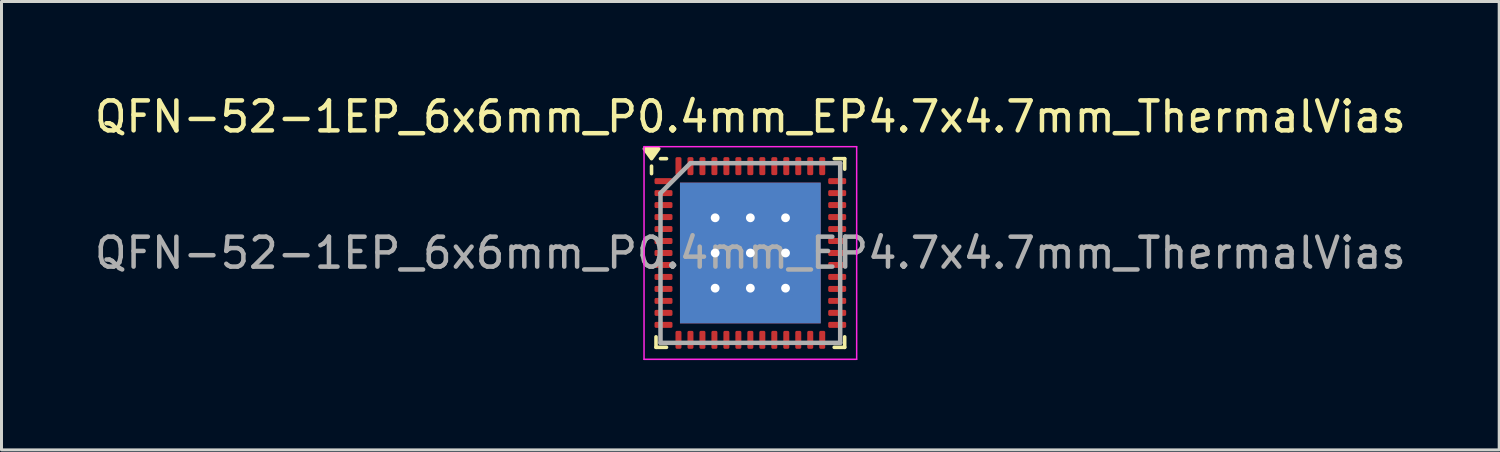
<source format=kicad_pcb>
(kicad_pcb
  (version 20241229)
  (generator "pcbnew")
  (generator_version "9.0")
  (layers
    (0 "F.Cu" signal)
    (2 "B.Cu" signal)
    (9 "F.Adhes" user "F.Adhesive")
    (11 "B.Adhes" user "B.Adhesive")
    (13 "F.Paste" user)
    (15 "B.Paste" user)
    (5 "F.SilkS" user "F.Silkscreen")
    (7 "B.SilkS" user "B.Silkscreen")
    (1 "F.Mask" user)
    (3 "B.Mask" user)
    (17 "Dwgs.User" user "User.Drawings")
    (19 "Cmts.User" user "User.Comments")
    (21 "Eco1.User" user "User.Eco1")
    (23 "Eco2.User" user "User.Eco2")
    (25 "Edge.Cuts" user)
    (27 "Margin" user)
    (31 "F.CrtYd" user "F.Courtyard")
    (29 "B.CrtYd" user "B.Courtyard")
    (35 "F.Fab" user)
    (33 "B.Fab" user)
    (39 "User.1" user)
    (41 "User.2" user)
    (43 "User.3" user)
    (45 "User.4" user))
  (footprint "QFN-52-1EP_6x6mm_P0.4mm_EP4.7x4.7mm_ThermalVias"
    (layer "F.Cu")
    (at 22.006 5.398)
    (property "Reference" "QFN-52-1EP_6x6mm_P0.4mm_EP4.7x4.7mm_ThermalVias" (at 0 -4.55 0) (layer "F.SilkS") (effects (font (size 1 1) (thickness 0.15))))
    (attr smd)
    (fp_line (start -3.3 -2.9) (end -3.3 -2.65) (stroke (width 0.12) (type default)) (layer "F.SilkS"))
    (fp_line (start -3.15 3.15) (end -3.15 2.8) (stroke (width 0.12) (type default)) (layer "F.SilkS"))
    (fp_line (start -2.8 -3.15) (end -3 -3.15) (stroke (width 0.12) (type default)) (layer "F.SilkS"))
    (fp_line (start -2.8 3.15) (end -3.15 3.15) (stroke (width 0.12) (type default)) (layer "F.SilkS"))
    (fp_line (start 2.8 -3.15) (end 3.15 -3.15) (stroke (width 0.12) (type default)) (layer "F.SilkS"))
    (fp_line (start 2.8 3.15) (end 3.15 3.15) (stroke (width 0.12) (type default)) (layer "F.SilkS"))
    (fp_line (start 3.15 -3.15) (end 3.15 -2.8) (stroke (width 0.12) (type default)) (layer "F.SilkS"))
    (fp_line (start 3.15 3.15) (end 3.15 2.8) (stroke (width 0.12) (type default)) (layer "F.SilkS"))
    (fp_poly (pts (xy -3.3 -3.15) (xy -3.54 -3.48) (xy -3.06 -3.48)) (stroke (width 0.12) (type solid)) (fill yes) (layer "F.SilkS"))
    (fp_line (start -3.55 -3.55) (end 3.55 -3.55) (stroke (width 0.05) (type default)) (layer "F.CrtYd"))
    (fp_line (start -3.55 3.55) (end -3.55 -3.55) (stroke (width 0.05) (type default)) (layer "F.CrtYd"))
    (fp_line (start 3.55 -3.55) (end 3.55 3.55) (stroke (width 0.05) (type default)) (layer "F.CrtYd"))
    (fp_line (start 3.55 3.55) (end -3.55 3.55) (stroke (width 0.05) (type default)) (layer "F.CrtYd"))
    (fp_line (start -3 -2) (end -3 3) (stroke (width 0.15) (type default)) (layer "F.Fab"))
    (fp_line (start -3 3) (end 3 3) (stroke (width 0.15) (type default)) (layer "F.Fab"))
    (fp_line (start -2 -3) (end -3 -2) (stroke (width 0.15) (type default)) (layer "F.Fab"))
    (fp_line (start 3 -3) (end -2 -3) (stroke (width 0.15) (type default)) (layer "F.Fab"))
    (fp_line (start 3 3) (end 3 -3) (stroke (width 0.15) (type default)) (layer "F.Fab"))
    (fp_text user "${REFERENCE}" (at 0 0 0) (layer "F.Fab") (effects (font (size 1 1) (thickness 0.15))))
    (pad "" smd rect (at -1.762 -1.762) (size 0.425 0.425) (layers "F.Paste"))
    (pad "" smd rect (at -1.762 -0.588) (size 0.425 0.425) (layers "F.Paste"))
    (pad "" smd rect (at -1.762 0.588) (size 0.425 0.425) (layers "F.Paste"))
    (pad "" smd rect (at -1.762 1.762) (size 0.425 0.425) (layers "F.Paste"))
    (pad "" smd rect (at -0.588 -1.762) (size 0.425 0.425) (layers "F.Paste"))
    (pad "" smd rect (at -0.588 -0.588) (size 0.425 0.425) (layers "F.Paste"))
    (pad "" smd rect (at -0.588 0.588) (size 0.425 0.425) (layers "F.Paste"))
    (pad "" smd rect (at -0.588 1.762) (size 0.425 0.425) (layers "F.Paste"))
    (pad "" smd rect (at 0.588 -1.762) (size 0.425 0.425) (layers "F.Paste"))
    (pad "" smd rect (at 0.588 -0.588) (size 0.425 0.425) (layers "F.Paste"))
    (pad "" smd rect (at 0.588 0.588) (size 0.425 0.425) (layers "F.Paste"))
    (pad "" smd rect (at 0.588 1.762) (size 0.425 0.425) (layers "F.Paste"))
    (pad "" smd rect (at 1.762 -1.762) (size 0.425 0.425) (layers "F.Paste"))
    (pad "" smd rect (at 1.762 -0.588) (size 0.425 0.425) (layers "F.Paste"))
    (pad "" smd rect (at 1.762 0.588) (size 0.425 0.425) (layers "F.Paste"))
    (pad "" smd rect (at 1.762 1.762) (size 0.425 0.425) (layers "F.Paste"))
    (pad "1" smd roundrect (at -2.9 -2.4 90) (size 0.2 0.6) (layers "F.Cu" "F.Mask" "F.Paste") (roundrect_rratio 0.25))
    (pad "2" smd roundrect (at -2.9 -2 90) (size 0.2 0.6) (layers "F.Cu" "F.Mask" "F.Paste") (roundrect_rratio 0.25))
    (pad "3" smd roundrect (at -2.9 -1.6 90) (size 0.2 0.6) (layers "F.Cu" "F.Mask" "F.Paste") (roundrect_rratio 0.25))
    (pad "4" smd roundrect (at -2.9 -1.2 90) (size 0.2 0.6) (layers "F.Cu" "F.Mask" "F.Paste") (roundrect_rratio 0.25))
    (pad "5" smd roundrect (at -2.9 -0.8 90) (size 0.2 0.6) (layers "F.Cu" "F.Mask" "F.Paste") (roundrect_rratio 0.25))
    (pad "6" smd roundrect (at -2.9 -0.4 90) (size 0.2 0.6) (layers "F.Cu" "F.Mask" "F.Paste") (roundrect_rratio 0.25))
    (pad "7" smd roundrect (at -2.9 0 90) (size 0.2 0.6) (layers "F.Cu" "F.Mask" "F.Paste") (roundrect_rratio 0.25))
    (pad "8" smd roundrect (at -2.9 0.4 90) (size 0.2 0.6) (layers "F.Cu" "F.Mask" "F.Paste") (roundrect_rratio 0.25))
    (pad "9" smd roundrect (at -2.9 0.8 90) (size 0.2 0.6) (layers "F.Cu" "F.Mask" "F.Paste") (roundrect_rratio 0.25))
    (pad "10" smd roundrect (at -2.9 1.2 90) (size 0.2 0.6) (layers "F.Cu" "F.Mask" "F.Paste") (roundrect_rratio 0.25))
    (pad "11" smd roundrect (at -2.9 1.6 90) (size 0.2 0.6) (layers "F.Cu" "F.Mask" "F.Paste") (roundrect_rratio 0.25))
    (pad "12" smd roundrect (at -2.9 2 90) (size 0.2 0.6) (layers "F.Cu" "F.Mask" "F.Paste") (roundrect_rratio 0.25))
    (pad "13" smd roundrect (at -2.9 2.4 90) (size 0.2 0.6) (layers "F.Cu" "F.Mask" "F.Paste") (roundrect_rratio 0.25))
    (pad "14" smd roundrect (at -2.4 2.9) (size 0.2 0.6) (layers "F.Cu" "F.Mask" "F.Paste") (roundrect_rratio 0.25))
    (pad "15" smd roundrect (at -2 2.9) (size 0.2 0.6) (layers "F.Cu" "F.Mask" "F.Paste") (roundrect_rratio 0.25))
    (pad "16" smd roundrect (at -1.6 2.9) (size 0.2 0.6) (layers "F.Cu" "F.Mask" "F.Paste") (roundrect_rratio 0.25))
    (pad "17" smd roundrect (at -1.2 2.9) (size 0.2 0.6) (layers "F.Cu" "F.Mask" "F.Paste") (roundrect_rratio 0.25))
    (pad "18" smd roundrect (at -0.8 2.9) (size 0.2 0.6) (layers "F.Cu" "F.Mask" "F.Paste") (roundrect_rratio 0.25))
    (pad "19" smd roundrect (at -0.4 2.9) (size 0.2 0.6) (layers "F.Cu" "F.Mask" "F.Paste") (roundrect_rratio 0.25))
    (pad "20" smd roundrect (at 0 2.9) (size 0.2 0.6) (layers "F.Cu" "F.Mask" "F.Paste") (roundrect_rratio 0.25))
    (pad "21" smd roundrect (at 0.4 2.9) (size 0.2 0.6) (layers "F.Cu" "F.Mask" "F.Paste") (roundrect_rratio 0.25))
    (pad "22" smd roundrect (at 0.8 2.9) (size 0.2 0.6) (layers "F.Cu" "F.Mask" "F.Paste") (roundrect_rratio 0.25))
    (pad "23" smd roundrect (at 1.2 2.9) (size 0.2 0.6) (layers "F.Cu" "F.Mask" "F.Paste") (roundrect_rratio 0.25))
    (pad "24" smd roundrect (at 1.6 2.9) (size 0.2 0.6) (layers "F.Cu" "F.Mask" "F.Paste") (roundrect_rratio 0.25))
    (pad "25" smd roundrect (at 2 2.9) (size 0.2 0.6) (layers "F.Cu" "F.Mask" "F.Paste") (roundrect_rratio 0.25))
    (pad "26" smd roundrect (at 2.4 2.9) (size 0.2 0.6) (layers "F.Cu" "F.Mask" "F.Paste") (roundrect_rratio 0.25))
    (pad "27" smd roundrect (at 2.9 2.4 90) (size 0.2 0.6) (layers "F.Cu" "F.Mask" "F.Paste") (roundrect_rratio 0.25))
    (pad "28" smd roundrect (at 2.9 2 90) (size 0.2 0.6) (layers "F.Cu" "F.Mask" "F.Paste") (roundrect_rratio 0.25))
    (pad "29" smd roundrect (at 2.9 1.6 90) (size 0.2 0.6) (layers "F.Cu" "F.Mask" "F.Paste") (roundrect_rratio 0.25))
    (pad "30" smd roundrect (at 2.9 1.2 90) (size 0.2 0.6) (layers "F.Cu" "F.Mask" "F.Paste") (roundrect_rratio 0.25))
    (pad "31" smd roundrect (at 2.9 0.8 90) (size 0.2 0.6) (layers "F.Cu" "F.Mask" "F.Paste") (roundrect_rratio 0.25))
    (pad "32" smd roundrect (at 2.9 0.4 90) (size 0.2 0.6) (layers "F.Cu" "F.Mask" "F.Paste") (roundrect_rratio 0.25))
    (pad "33" smd roundrect (at 2.9 0 90) (size 0.2 0.6) (layers "F.Cu" "F.Mask" "F.Paste") (roundrect_rratio 0.25))
    (pad "34" smd roundrect (at 2.9 -0.4 90) (size 0.2 0.6) (layers "F.Cu" "F.Mask" "F.Paste") (roundrect_rratio 0.25))
    (pad "35" smd roundrect (at 2.9 -0.8 90) (size 0.2 0.6) (layers "F.Cu" "F.Mask" "F.Paste") (roundrect_rratio 0.25))
    (pad "36" smd roundrect (at 2.9 -1.2 90) (size 0.2 0.6) (layers "F.Cu" "F.Mask" "F.Paste") (roundrect_rratio 0.25))
    (pad "37" smd roundrect (at 2.9 -1.6 90) (size 0.2 0.6) (layers "F.Cu" "F.Mask" "F.Paste") (roundrect_rratio 0.25))
    (pad "38" smd roundrect (at 2.9 -2 90) (size 0.2 0.6) (layers "F.Cu" "F.Mask" "F.Paste") (roundrect_rratio 0.25))
    (pad "39" smd roundrect (at 2.9 -2.4 90) (size 0.2 0.6) (layers "F.Cu" "F.Mask" "F.Paste") (roundrect_rratio 0.25))
    (pad "40" smd roundrect (at 2.4 -2.9) (size 0.2 0.6) (layers "F.Cu" "F.Mask" "F.Paste") (roundrect_rratio 0.25))
    (pad "41" smd roundrect (at 2 -2.9) (size 0.2 0.6) (layers "F.Cu" "F.Mask" "F.Paste") (roundrect_rratio 0.25))
    (pad "42" smd roundrect (at 1.6 -2.9) (size 0.2 0.6) (layers "F.Cu" "F.Mask" "F.Paste") (roundrect_rratio 0.25))
    (pad "43" smd roundrect (at 1.2 -2.9) (size 0.2 0.6) (layers "F.Cu" "F.Mask" "F.Paste") (roundrect_rratio 0.25))
    (pad "44" smd roundrect (at 0.8 -2.9) (size 0.2 0.6) (layers "F.Cu" "F.Mask" "F.Paste") (roundrect_rratio 0.25))
    (pad "45" smd roundrect (at 0.4 -2.9) (size 0.2 0.6) (layers "F.Cu" "F.Mask" "F.Paste") (roundrect_rratio 0.25))
    (pad "46" smd roundrect (at 0 -2.9) (size 0.2 0.6) (layers "F.Cu" "F.Mask" "F.Paste") (roundrect_rratio 0.25))
    (pad "47" smd roundrect (at -0.4 -2.9) (size 0.2 0.6) (layers "F.Cu" "F.Mask" "F.Paste") (roundrect_rratio 0.25))
    (pad "48" smd roundrect (at -0.8 -2.9) (size 0.2 0.6) (layers "F.Cu" "F.Mask" "F.Paste") (roundrect_rratio 0.25))
    (pad "49" smd roundrect (at -1.2 -2.9) (size 0.2 0.6) (layers "F.Cu" "F.Mask" "F.Paste") (roundrect_rratio 0.25))
    (pad "50" smd roundrect (at -1.6 -2.9) (size 0.2 0.6) (layers "F.Cu" "F.Mask" "F.Paste") (roundrect_rratio 0.25))
    (pad "51" smd roundrect (at -2 -2.9) (size 0.2 0.6) (layers "F.Cu" "F.Mask" "F.Paste") (roundrect_rratio 0.25))
    (pad "52" smd roundrect (at -2.4 -2.9) (size 0.2 0.6) (layers "F.Cu" "F.Mask" "F.Paste") (roundrect_rratio 0.25))
    (pad "53" thru_hole circle (at -1.175 -1.175) (size 0.588 0.588) (drill 0.294) (property pad_prop_heatsink) (layers "*.Cu" "F.Mask"))
    (pad "53" thru_hole circle (at -1.175 0) (size 0.588 0.588) (drill 0.294) (property pad_prop_heatsink) (layers "*.Cu" "F.Mask"))
    (pad "53" thru_hole circle (at -1.175 1.175) (size 0.588 0.588) (drill 0.294) (property pad_prop_heatsink) (layers "*.Cu" "F.Mask"))
    (pad "53" thru_hole circle (at 0 -1.175) (size 0.588 0.588) (drill 0.294) (property pad_prop_heatsink) (layers "*.Cu" "F.Mask"))
    (pad "53" thru_hole circle (at 0 0) (size 0.588 0.588) (drill 0.294) (property pad_prop_heatsink) (layers "*.Cu" "F.Mask"))
    (pad "53" smd rect (at 0 0) (size 4.7 4.7) (layers "F.Cu" "F.Mask"))
    (pad "53" smd rect (at 0 0) (size 4.7 4.7) (layers "B.Cu"))
    (pad "53" thru_hole circle (at 0 1.175) (size 0.588 0.588) (drill 0.294) (property pad_prop_heatsink) (layers "*.Cu" "F.Mask"))
    (pad "53" thru_hole circle (at 1.175 -1.175) (size 0.588 0.588) (drill 0.294) (property pad_prop_heatsink) (layers "*.Cu" "F.Mask"))
    (pad "53" thru_hole circle (at 1.175 0) (size 0.588 0.588) (drill 0.294) (property pad_prop_heatsink) (layers "*.Cu" "F.Mask"))
    (pad "53" thru_hole circle (at 1.175 1.175) (size 0.588 0.588) (drill 0.294) (property pad_prop_heatsink) (layers "*.Cu" "F.Mask")))
  (gr_rect
    (start -3 -3)
    (end 47.012 11.973)
    (stroke (width 0.1) (type default))
    (fill no)
    (layer "Edge.Cuts")))
</source>
